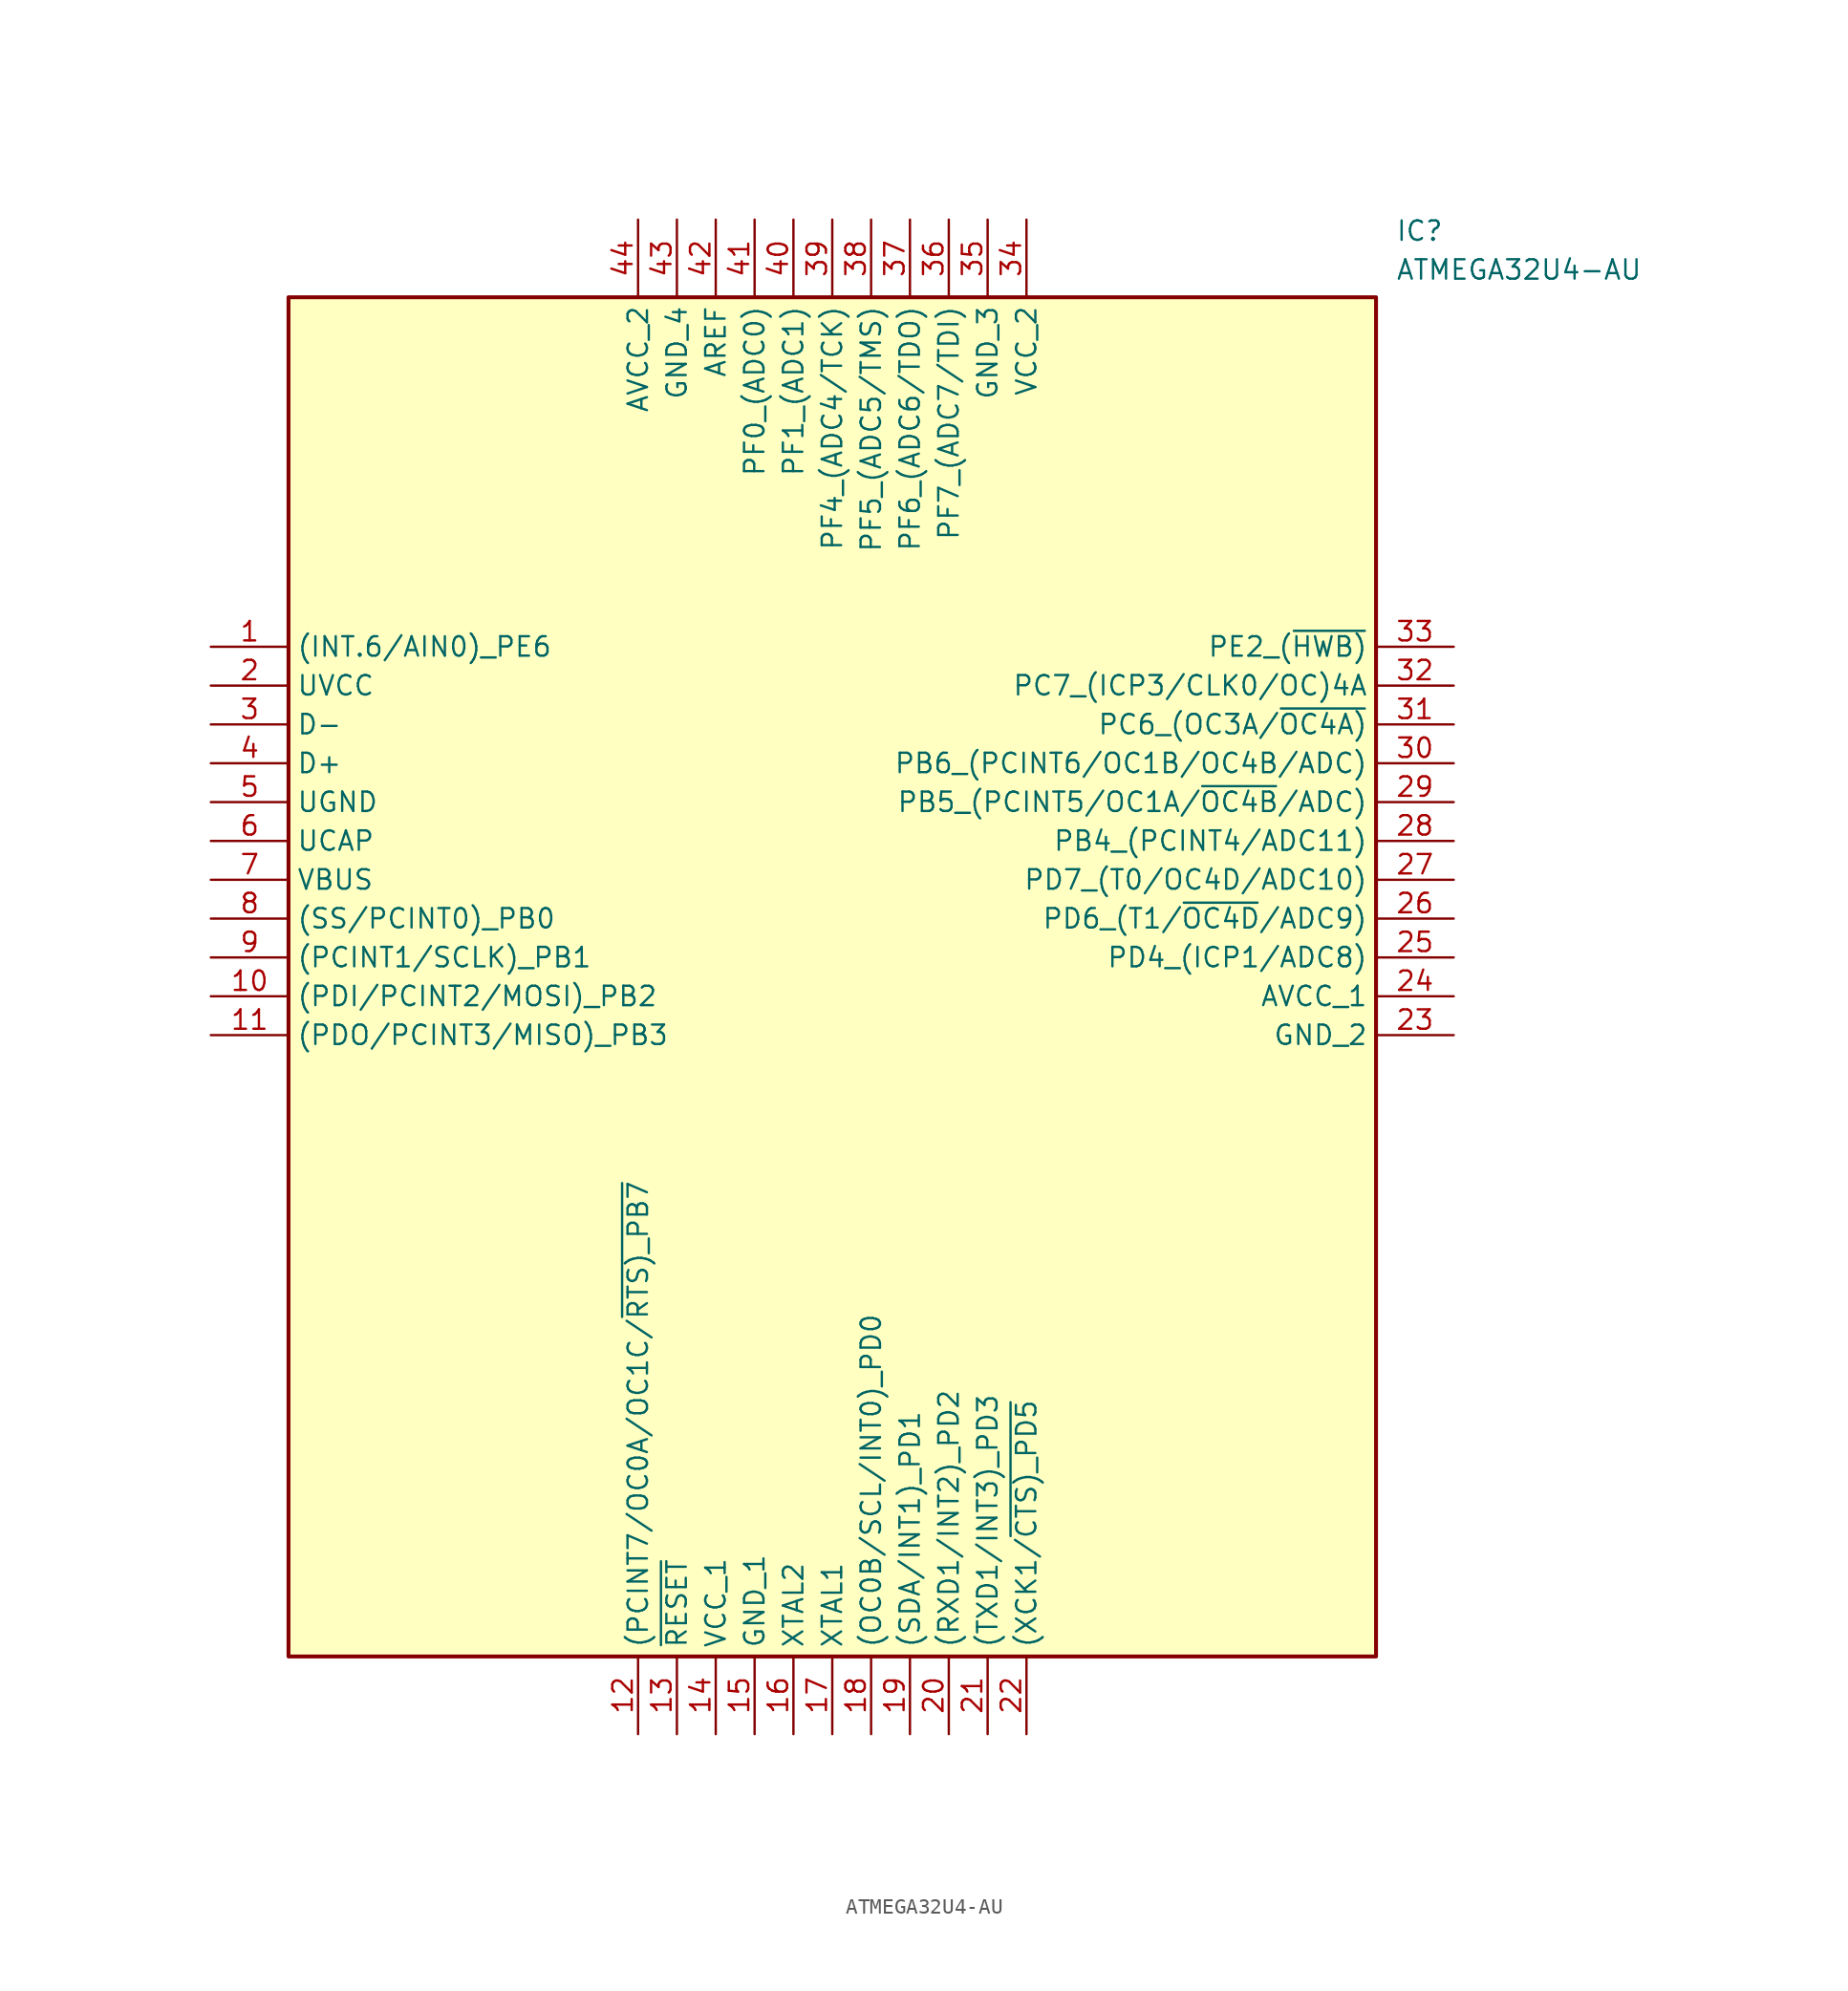
<source format=kicad_sym>
(kicad_symbol_lib
  (version 20211014)
  (generator SamacSys_ECAD_Model)
  (symbol "ATMEGA32U4-AU"
    (property "Reference" "IC"
      (at 77.47 27.94 0)
      (effects (font (size 1.27 1.27)) (justify left top)))
    (property "Value" "ATMEGA32U4-AU"
      (at 77.47 25.4 0)
      (effects (font (size 1.27 1.27)) (justify left top)))
    (rectangle
      (start 5.08 22.86)
      (end 76.2 -66.04)
      (stroke (width 0.254) (type default))
      (fill (type background)))
    (pin passive line
      (at 0 0 0)
      (length 5.08)
      (name "(INT.6/AIN0)_PE6" (effects (font (size 1.27 1.27))))
      (number "1" (effects (font (size 1.27 1.27)))))
    (pin passive line
      (at 0 -2.54 0)
      (length 5.08)
      (name "UVCC" (effects (font (size 1.27 1.27))))
      (number "2" (effects (font (size 1.27 1.27)))))
    (pin passive line
      (at 0 -5.08 0)
      (length 5.08)
      (name "D-" (effects (font (size 1.27 1.27))))
      (number "3" (effects (font (size 1.27 1.27)))))
    (pin passive line
      (at 0 -7.62 0)
      (length 5.08)
      (name "D+" (effects (font (size 1.27 1.27))))
      (number "4" (effects (font (size 1.27 1.27)))))
    (pin passive line
      (at 0 -10.16 0)
      (length 5.08)
      (name "UGND" (effects (font (size 1.27 1.27))))
      (number "5" (effects (font (size 1.27 1.27)))))
    (pin passive line
      (at 0 -12.7 0)
      (length 5.08)
      (name "UCAP" (effects (font (size 1.27 1.27))))
      (number "6" (effects (font (size 1.27 1.27)))))
    (pin passive line
      (at 0 -15.24 0)
      (length 5.08)
      (name "VBUS" (effects (font (size 1.27 1.27))))
      (number "7" (effects (font (size 1.27 1.27)))))
    (pin passive line
      (at 0 -17.78 0)
      (length 5.08)
      (name "(SS/PCINT0)_PB0" (effects (font (size 1.27 1.27))))
      (number "8" (effects (font (size 1.27 1.27)))))
    (pin passive line
      (at 0 -20.32 0)
      (length 5.08)
      (name "(PCINT1/SCLK)_PB1" (effects (font (size 1.27 1.27))))
      (number "9" (effects (font (size 1.27 1.27)))))
    (pin passive line
      (at 0 -22.86 0)
      (length 5.08)
      (name "(PDI/PCINT2/MOSI)_PB2" (effects (font (size 1.27 1.27))))
      (number "10" (effects (font (size 1.27 1.27)))))
    (pin passive line
      (at 0 -25.4 0)
      (length 5.08)
      (name "(PDO/PCINT3/MISO)_PB3" (effects (font (size 1.27 1.27))))
      (number "11" (effects (font (size 1.27 1.27)))))
    (pin passive line
      (at 27.94 -71.12 90)
      (length 5.08)
      (name "(PCINT7/OC0A/OC1C/~{RTS)_PB7}" (effects (font (size 1.27 1.27))))
      (number "12" (effects (font (size 1.27 1.27)))))
    (pin passive line
      (at 30.48 -71.12 90)
      (length 5.08)
      (name "~{RESET}" (effects (font (size 1.27 1.27))))
      (number "13" (effects (font (size 1.27 1.27)))))
    (pin passive line
      (at 33.02 -71.12 90)
      (length 5.08)
      (name "VCC_1" (effects (font (size 1.27 1.27))))
      (number "14" (effects (font (size 1.27 1.27)))))
    (pin passive line
      (at 35.56 -71.12 90)
      (length 5.08)
      (name "GND_1" (effects (font (size 1.27 1.27))))
      (number "15" (effects (font (size 1.27 1.27)))))
    (pin passive line
      (at 38.1 -71.12 90)
      (length 5.08)
      (name "XTAL2" (effects (font (size 1.27 1.27))))
      (number "16" (effects (font (size 1.27 1.27)))))
    (pin passive line
      (at 40.64 -71.12 90)
      (length 5.08)
      (name "XTAL1" (effects (font (size 1.27 1.27))))
      (number "17" (effects (font (size 1.27 1.27)))))
    (pin passive line
      (at 43.18 -71.12 90)
      (length 5.08)
      (name "(OC0B/SCL/INT0)_PD0" (effects (font (size 1.27 1.27))))
      (number "18" (effects (font (size 1.27 1.27)))))
    (pin passive line
      (at 45.72 -71.12 90)
      (length 5.08)
      (name "(SDA/INT1)_PD1" (effects (font (size 1.27 1.27))))
      (number "19" (effects (font (size 1.27 1.27)))))
    (pin passive line
      (at 48.26 -71.12 90)
      (length 5.08)
      (name "(RXD1/INT2)_PD2" (effects (font (size 1.27 1.27))))
      (number "20" (effects (font (size 1.27 1.27)))))
    (pin passive line
      (at 50.8 -71.12 90)
      (length 5.08)
      (name "(TXD1/INT3)_PD3" (effects (font (size 1.27 1.27))))
      (number "21" (effects (font (size 1.27 1.27)))))
    (pin passive line
      (at 53.34 -71.12 90)
      (length 5.08)
      (name "(XCK1/~{CTS)_PD5}" (effects (font (size 1.27 1.27))))
      (number "22" (effects (font (size 1.27 1.27)))))
    (pin passive line
      (at 81.28 0 180)
      (length 5.08)
      (name "PE2_(~{HWB)}" (effects (font (size 1.27 1.27))))
      (number "33" (effects (font (size 1.27 1.27)))))
    (pin passive line
      (at 81.28 -2.54 180)
      (length 5.08)
      (name "PC7_(ICP3/CLK0/OC)4A" (effects (font (size 1.27 1.27))))
      (number "32" (effects (font (size 1.27 1.27)))))
    (pin passive line
      (at 81.28 -5.08 180)
      (length 5.08)
      (name "PC6_(OC3A/~{OC4A)}" (effects (font (size 1.27 1.27))))
      (number "31" (effects (font (size 1.27 1.27)))))
    (pin passive line
      (at 81.28 -7.62 180)
      (length 5.08)
      (name "PB6_(PCINT6/OC1B/OC4B/ADC)" (effects (font (size 1.27 1.27))))
      (number "30" (effects (font (size 1.27 1.27)))))
    (pin passive line
      (at 81.28 -10.16 180)
      (length 5.08)
      (name "PB5_(PCINT5/OC1A/~{OC4B}/ADC)" (effects (font (size 1.27 1.27))))
      (number "29" (effects (font (size 1.27 1.27)))))
    (pin passive line
      (at 81.28 -12.7 180)
      (length 5.08)
      (name "PB4_(PCINT4/ADC11)" (effects (font (size 1.27 1.27))))
      (number "28" (effects (font (size 1.27 1.27)))))
    (pin passive line
      (at 81.28 -15.24 180)
      (length 5.08)
      (name "PD7_(T0/OC4D/ADC10)" (effects (font (size 1.27 1.27))))
      (number "27" (effects (font (size 1.27 1.27)))))
    (pin passive line
      (at 81.28 -17.78 180)
      (length 5.08)
      (name "PD6_(T1/~{OC4D}/ADC9)" (effects (font (size 1.27 1.27))))
      (number "26" (effects (font (size 1.27 1.27)))))
    (pin passive line
      (at 81.28 -20.32 180)
      (length 5.08)
      (name "PD4_(ICP1/ADC8)" (effects (font (size 1.27 1.27))))
      (number "25" (effects (font (size 1.27 1.27)))))
    (pin passive line
      (at 81.28 -22.86 180)
      (length 5.08)
      (name "AVCC_1" (effects (font (size 1.27 1.27))))
      (number "24" (effects (font (size 1.27 1.27)))))
    (pin passive line
      (at 81.28 -25.4 180)
      (length 5.08)
      (name "GND_2" (effects (font (size 1.27 1.27))))
      (number "23" (effects (font (size 1.27 1.27)))))
    (pin passive line
      (at 27.94 27.94 270)
      (length 5.08)
      (name "AVCC_2" (effects (font (size 1.27 1.27))))
      (number "44" (effects (font (size 1.27 1.27)))))
    (pin passive line
      (at 30.48 27.94 270)
      (length 5.08)
      (name "GND_4" (effects (font (size 1.27 1.27))))
      (number "43" (effects (font (size 1.27 1.27)))))
    (pin passive line
      (at 33.02 27.94 270)
      (length 5.08)
      (name "AREF" (effects (font (size 1.27 1.27))))
      (number "42" (effects (font (size 1.27 1.27)))))
    (pin passive line
      (at 35.56 27.94 270)
      (length 5.08)
      (name "PF0_(ADC0)" (effects (font (size 1.27 1.27))))
      (number "41" (effects (font (size 1.27 1.27)))))
    (pin passive line
      (at 38.1 27.94 270)
      (length 5.08)
      (name "PF1_(ADC1)" (effects (font (size 1.27 1.27))))
      (number "40" (effects (font (size 1.27 1.27)))))
    (pin passive line
      (at 40.64 27.94 270)
      (length 5.08)
      (name "PF4_(ADC4/TCK)" (effects (font (size 1.27 1.27))))
      (number "39" (effects (font (size 1.27 1.27)))))
    (pin passive line
      (at 43.18 27.94 270)
      (length 5.08)
      (name "PF5_(ADC5/TMS)" (effects (font (size 1.27 1.27))))
      (number "38" (effects (font (size 1.27 1.27)))))
    (pin passive line
      (at 45.72 27.94 270)
      (length 5.08)
      (name "PF6_(ADC6/TDO)" (effects (font (size 1.27 1.27))))
      (number "37" (effects (font (size 1.27 1.27)))))
    (pin passive line
      (at 48.26 27.94 270)
      (length 5.08)
      (name "PF7_(ADC7/TDI)" (effects (font (size 1.27 1.27))))
      (number "36" (effects (font (size 1.27 1.27)))))
    (pin passive line
      (at 50.8 27.94 270)
      (length 5.08)
      (name "GND_3" (effects (font (size 1.27 1.27))))
      (number "35" (effects (font (size 1.27 1.27)))))
    (pin passive line
      (at 53.34 27.94 270)
      (length 5.08)
      (name "VCC_2" (effects (font (size 1.27 1.27))))
      (number "34" (effects (font (size 1.27 1.27)))))))
</source>
